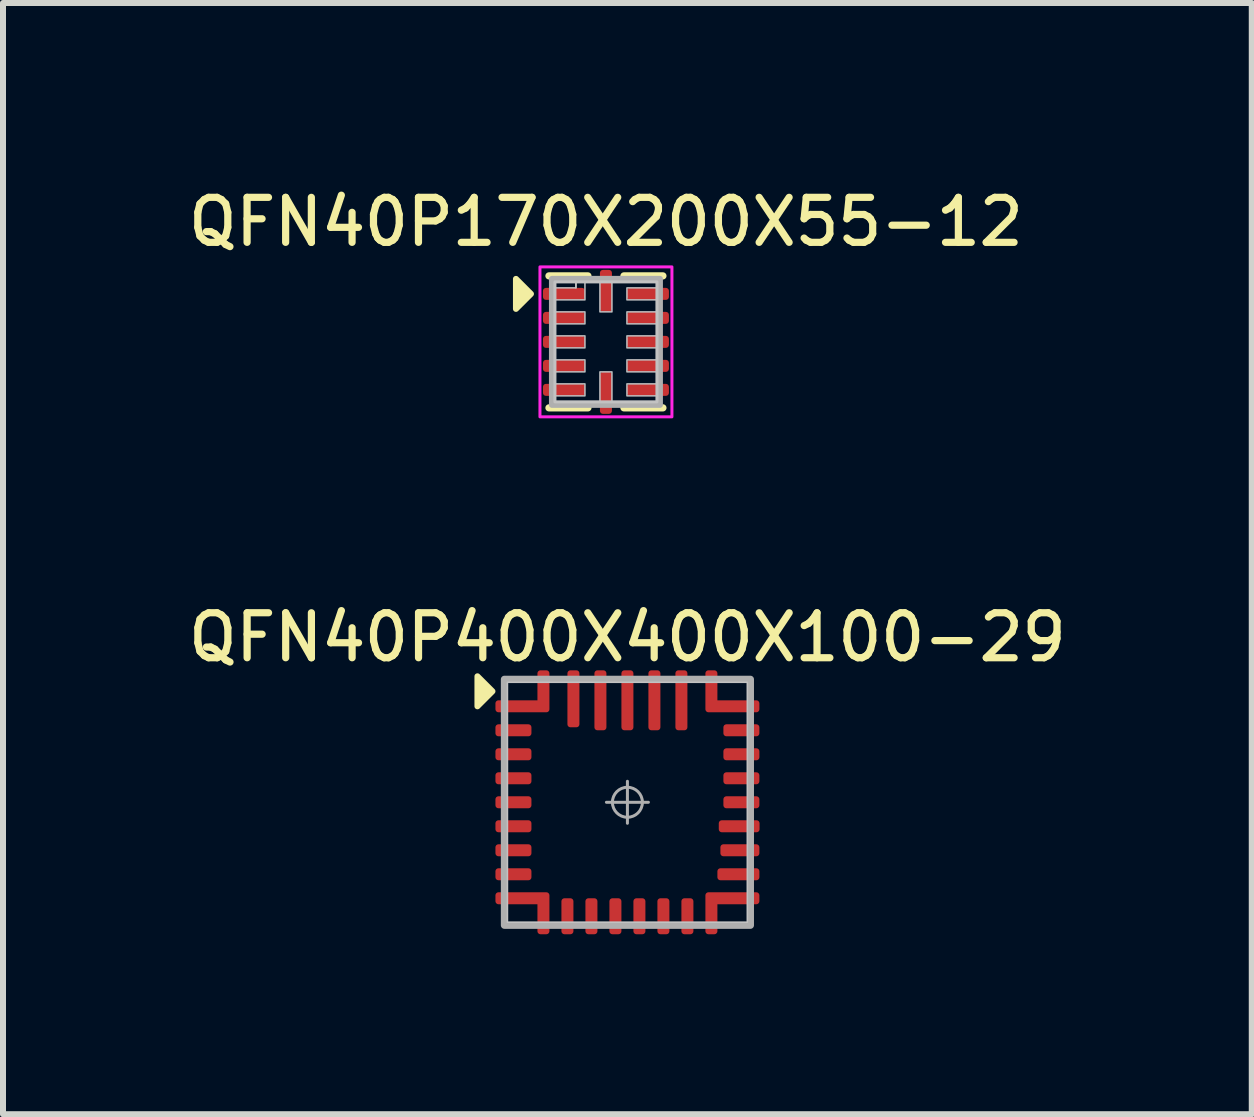
<source format=kicad_pcb>
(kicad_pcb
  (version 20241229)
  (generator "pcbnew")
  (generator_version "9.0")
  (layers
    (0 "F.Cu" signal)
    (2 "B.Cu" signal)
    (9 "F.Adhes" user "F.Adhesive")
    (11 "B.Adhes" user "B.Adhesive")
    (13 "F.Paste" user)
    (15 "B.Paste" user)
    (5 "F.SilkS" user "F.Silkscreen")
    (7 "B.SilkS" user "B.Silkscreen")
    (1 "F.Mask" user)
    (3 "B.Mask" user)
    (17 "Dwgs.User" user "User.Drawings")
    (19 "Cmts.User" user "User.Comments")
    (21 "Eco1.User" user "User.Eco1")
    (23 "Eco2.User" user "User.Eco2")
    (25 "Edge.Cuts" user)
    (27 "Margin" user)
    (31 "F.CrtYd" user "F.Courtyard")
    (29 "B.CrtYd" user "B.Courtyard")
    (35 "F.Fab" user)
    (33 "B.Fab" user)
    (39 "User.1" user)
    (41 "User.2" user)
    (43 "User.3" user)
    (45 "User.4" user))
  (footprint "QFN40P400X400X100-29"
    (layer "F.Cu")
    (at 7.409 10.324)
    (property "Reference" "QFN40P400X400X100-29" (at 0 -2.75 0) (unlocked yes) (layer "F.SilkS") (effects (font (size 0.75 0.75) (thickness 0.12))))
    (attr smd)
    (fp_poly (pts (xy -2.25 -1.85) (xy -2.5 -1.6) (xy -2.5 -2.1)) (stroke (width 0.1) (type solid)) (fill yes) (layer "F.SilkS"))
    (fp_rect (start -2 -2) (end 2 2) (stroke (width 0.025) (type default)) (fill no) (layer "Dwgs.User"))
    (fp_line (start -0.35 0) (end 0.35 0) (stroke (width 0.05) (type solid)) (layer "F.Fab"))
    (fp_line (start 0 -0.35) (end 0 0.35) (stroke (width 0.05) (type solid)) (layer "F.Fab"))
    (fp_rect (start -2.05 -2.05) (end 2.05 2.05) (stroke (width 0.12) (type default)) (fill no) (layer "F.Fab"))
    (fp_circle (center 0 0) (end 0.25 0) (stroke (width 0.05) (type solid)) (fill no) (layer "F.Fab"))
    (pad "1" smd custom (at -1.75 -1.6) (size 0.2 0.2) (layers "F.Cu" "F.Mask" "F.Paste") (options (anchor circle)) (primitives (gr_poly (pts (xy -0.45 0.05) (xy -0.446 0.069) (xy -0.435 0.085) (xy -0.419 0.096) (xy -0.4 0.1) (xy 0.4 0.1) (xy 0.419 0.096) (xy 0.435 0.085) (xy 0.446 0.069) (xy 0.45 0.05) (xy 0.45 -0.05) (xy 0.446 -0.069) (xy 0.435 -0.085) (xy 0.419 -0.096) (xy 0.4 -0.1) (xy -0.4 -0.1) (xy -0.419 -0.096) (xy -0.435 -0.085) (xy -0.446 -0.069) (xy -0.45 -0.05)) (width 0) (fill yes)) (gr_poly (pts (xy 0.3 -0.6) (xy 0.281 -0.596) (xy 0.265 -0.585) (xy 0.254 -0.569) (xy 0.25 -0.55) (xy 0.25 -0.05) (xy 0.254 -0.031) (xy 0.265 -0.015) (xy 0.281 -0.004) (xy 0.3 0) (xy 0.4 0) (xy 0.419 -0.004) (xy 0.435 -0.015) (xy 0.446 -0.031) (xy 0.45 -0.05) (xy 0.45 -0.55) (xy 0.446 -0.569) (xy 0.435 -0.585) (xy 0.419 -0.596) (xy 0.4 -0.6)) (width 0) (fill yes))))
    (pad "2" smd roundrect (at -1.9 -1.2) (size 0.6 0.2) (layers "F.Cu" "F.Mask" "F.Paste") (roundrect_rratio 0.25))
    (pad "3" smd roundrect (at -1.9 -0.8) (size 0.6 0.2) (layers "F.Cu" "F.Mask" "F.Paste") (roundrect_rratio 0.25))
    (pad "4" smd roundrect (at -1.9 -0.4) (size 0.6 0.2) (layers "F.Cu" "F.Mask" "F.Paste") (roundrect_rratio 0.25))
    (pad "5" smd roundrect (at -1.9 0) (size 0.6 0.2) (layers "F.Cu" "F.Mask" "F.Paste") (roundrect_rratio 0.25))
    (pad "6" smd roundrect (at -1.9 0.4) (size 0.6 0.2) (layers "F.Cu" "F.Mask" "F.Paste") (roundrect_rratio 0.25))
    (pad "7" smd roundrect (at -1.9 0.8) (size 0.6 0.2) (layers "F.Cu" "F.Mask" "F.Paste") (roundrect_rratio 0.25))
    (pad "8" smd roundrect (at -1.9 1.2) (size 0.6 0.2) (layers "F.Cu" "F.Mask" "F.Paste") (roundrect_rratio 0.25))
    (pad "9" smd custom (at -1.75 1.6) (size 0.2 0.2) (layers "F.Cu" "F.Mask" "F.Paste") (options (anchor circle)) (primitives (gr_poly (pts (xy -0.45 -0.05) (xy -0.446 -0.069) (xy -0.435 -0.085) (xy -0.419 -0.096) (xy -0.4 -0.1) (xy 0.4 -0.1) (xy 0.419 -0.096) (xy 0.435 -0.085) (xy 0.446 -0.069) (xy 0.45 -0.05) (xy 0.45 0.05) (xy 0.446 0.069) (xy 0.435 0.085) (xy 0.419 0.096) (xy 0.4 0.1) (xy -0.4 0.1) (xy -0.419 0.096) (xy -0.435 0.085) (xy -0.446 0.069) (xy -0.45 0.05)) (width 0) (fill yes)) (gr_poly (pts (xy 0.3 0.6) (xy 0.281 0.596) (xy 0.265 0.585) (xy 0.254 0.569) (xy 0.25 0.55) (xy 0.25 0.05) (xy 0.254 0.031) (xy 0.265 0.015) (xy 0.281 0.004) (xy 0.3 0) (xy 0.4 0) (xy 0.419 0.004) (xy 0.435 0.015) (xy 0.446 0.031) (xy 0.45 0.05) (xy 0.45 0.55) (xy 0.446 0.569) (xy 0.435 0.585) (xy 0.419 0.596) (xy 0.4 0.6)) (width 0) (fill yes))))
    (pad "10" smd roundrect (at -1 1.9 90) (size 0.6 0.2) (layers "F.Cu" "F.Mask" "F.Paste") (roundrect_rratio 0.25))
    (pad "11" smd roundrect (at -0.6 1.9 90) (size 0.6 0.2) (layers "F.Cu" "F.Mask" "F.Paste") (roundrect_rratio 0.25))
    (pad "12" smd roundrect (at -0.2 1.9 90) (size 0.6 0.2) (layers "F.Cu" "F.Mask" "F.Paste") (roundrect_rratio 0.25))
    (pad "13" smd roundrect (at 0.2 1.9 90) (size 0.6 0.2) (layers "F.Cu" "F.Mask" "F.Paste") (roundrect_rratio 0.25))
    (pad "14" smd roundrect (at 0.6 1.9 90) (size 0.6 0.2) (layers "F.Cu" "F.Mask" "F.Paste") (roundrect_rratio 0.25))
    (pad "15" smd roundrect (at 1 1.9 90) (size 0.6 0.2) (layers "F.Cu" "F.Mask" "F.Paste") (roundrect_rratio 0.25))
    (pad "16" smd custom (at 1.75 1.6) (size 0.2 0.2) (layers "F.Cu" "F.Mask" "F.Paste") (options (anchor circle)) (primitives (gr_poly (pts (xy 0.45 -0.05) (xy 0.446 -0.069) (xy 0.435 -0.085) (xy 0.419 -0.096) (xy 0.4 -0.1) (xy -0.4 -0.1) (xy -0.419 -0.096) (xy -0.435 -0.085) (xy -0.446 -0.069) (xy -0.45 -0.05) (xy -0.45 0.05) (xy -0.446 0.069) (xy -0.435 0.085) (xy -0.419 0.096) (xy -0.4 0.1) (xy 0.4 0.1) (xy 0.419 0.096) (xy 0.435 0.085) (xy 0.446 0.069) (xy 0.45 0.05)) (width 0) (fill yes)) (gr_poly (pts (xy -0.3 0.6) (xy -0.281 0.596) (xy -0.265 0.585) (xy -0.254 0.569) (xy -0.25 0.55) (xy -0.25 0.05) (xy -0.254 0.031) (xy -0.265 0.015) (xy -0.281 0.004) (xy -0.3 0) (xy -0.4 0) (xy -0.419 0.004) (xy -0.435 0.015) (xy -0.446 0.031) (xy -0.45 0.05) (xy -0.45 0.55) (xy -0.446 0.569) (xy -0.435 0.585) (xy -0.419 0.596) (xy -0.4 0.6)) (width 0) (fill yes))))
    (pad "17" smd roundrect (at 1.85 1.2 180) (size 0.7 0.2) (layers "F.Cu" "F.Mask" "F.Paste") (roundrect_rratio 0.25))
    (pad "18" smd roundrect (at 1.875 0.8 180) (size 0.65 0.2) (layers "F.Cu" "F.Mask" "F.Paste") (roundrect_rratio 0.25))
    (pad "19" smd roundrect (at 1.863 0.4 180) (size 0.68 0.2) (layers "F.Cu" "F.Mask" "F.Paste") (roundrect_rratio 0.25))
    (pad "20" smd roundrect (at 1.9 0 180) (size 0.6 0.2) (layers "F.Cu" "F.Mask" "F.Paste") (roundrect_rratio 0.25))
    (pad "21" smd roundrect (at 1.9 -0.4 180) (size 0.6 0.2) (layers "F.Cu" "F.Mask" "F.Paste") (roundrect_rratio 0.25))
    (pad "22" smd roundrect (at 1.9 -0.8 180) (size 0.6 0.2) (layers "F.Cu" "F.Mask" "F.Paste") (roundrect_rratio 0.25))
    (pad "23" smd roundrect (at 1.9 -1.2 180) (size 0.6 0.2) (layers "F.Cu" "F.Mask" "F.Paste") (roundrect_rratio 0.25))
    (pad "24" smd custom (at 1.75 -1.6) (size 0.2 0.2) (layers "F.Cu" "F.Mask" "F.Paste") (options (anchor circle)) (primitives (gr_poly (pts (xy 0.45 0.05) (xy 0.446 0.069) (xy 0.435 0.085) (xy 0.419 0.096) (xy 0.4 0.1) (xy -0.4 0.1) (xy -0.419 0.096) (xy -0.435 0.085) (xy -0.446 0.069) (xy -0.45 0.05) (xy -0.45 -0.05) (xy -0.446 -0.069) (xy -0.435 -0.085) (xy -0.419 -0.096) (xy -0.4 -0.1) (xy 0.4 -0.1) (xy 0.419 -0.096) (xy 0.435 -0.085) (xy 0.446 -0.069) (xy 0.45 -0.05)) (width 0) (fill yes)) (gr_poly (pts (xy -0.3 -0.6) (xy -0.281 -0.596) (xy -0.265 -0.585) (xy -0.254 -0.569) (xy -0.25 -0.55) (xy -0.25 -0.05) (xy -0.254 -0.031) (xy -0.265 -0.015) (xy -0.281 -0.004) (xy -0.3 0) (xy -0.4 0) (xy -0.419 -0.004) (xy -0.435 -0.015) (xy -0.446 -0.031) (xy -0.45 -0.05) (xy -0.45 -0.55) (xy -0.446 -0.569) (xy -0.435 -0.585) (xy -0.419 -0.596) (xy -0.4 -0.6)) (width 0) (fill yes))))
    (pad "25" smd roundrect (at 0.9 -1.7 270) (size 1 0.2) (layers "F.Cu" "F.Mask" "F.Paste") (roundrect_rratio 0.25))
    (pad "26" smd roundrect (at 0.45 -1.7 270) (size 1 0.2) (layers "F.Cu" "F.Mask" "F.Paste") (roundrect_rratio 0.25))
    (pad "27" smd roundrect (at 0 -1.7 270) (size 1 0.2) (layers "F.Cu" "F.Mask" "F.Paste") (roundrect_rratio 0.25))
    (pad "28" smd roundrect (at -0.45 -1.7 270) (size 1 0.2) (layers "F.Cu" "F.Mask" "F.Paste") (roundrect_rratio 0.25))
    (pad "29" smd roundrect (at -0.9 -1.725 270) (size 0.95 0.2) (layers "F.Cu" "F.Mask" "F.Paste") (roundrect_rratio 0.25)))
  (footprint "QFN40P170X200X55-12"
    (layer "F.Cu")
    (at 7.051 2.649)
    (property "Reference" "QFN40P170X200X55-12" (at 0 -2 0) (unlocked yes) (layer "F.SilkS") (effects (font (size 0.75 0.75) (thickness 0.12))))
    (attr smd)
    (fp_line (start -0.3 -1.1) (end -0.95 -1.1) (stroke (width 0.12) (type default)) (layer "F.SilkS"))
    (fp_line (start -0.3 1.1) (end -0.95 1.1) (stroke (width 0.12) (type default)) (layer "F.SilkS"))
    (fp_line (start 0.95 -1.1) (end 0.3 -1.1) (stroke (width 0.12) (type default)) (layer "F.SilkS"))
    (fp_line (start 0.95 1.1) (end 0.3 1.1) (stroke (width 0.12) (type default)) (layer "F.SilkS"))
    (fp_poly (pts (xy -1.25 -0.8) (xy -1.5 -0.55) (xy -1.5 -1.05)) (stroke (width 0.1) (type solid)) (fill yes) (layer "F.SilkS"))
    (fp_line (start -0.5 -0.9) (end -0.5 -1) (stroke (width 0.025) (type default)) (layer "Dwgs.User"))
    (fp_rect (start -0.85 -1) (end 0.85 1) (stroke (width 0.05) (type default)) (fill no) (layer "Dwgs.User"))
    (fp_rect (start -0.85 -0.5) (end -0.35 -0.3) (stroke (width 0.025) (type default)) (fill no) (layer "Dwgs.User"))
    (fp_rect (start -0.85 -0.1) (end -0.35 0.1) (stroke (width 0.025) (type default)) (fill no) (layer "Dwgs.User"))
    (fp_rect (start -0.85 0.3) (end -0.35 0.5) (stroke (width 0.025) (type default)) (fill no) (layer "Dwgs.User"))
    (fp_rect (start -0.85 0.7) (end -0.35 0.9) (stroke (width 0.025) (type default)) (fill no) (layer "Dwgs.User"))
    (fp_rect (start -0.1 -1) (end 0.1 -0.5) (stroke (width 0.025) (type default)) (fill no) (layer "Dwgs.User"))
    (fp_rect (start -0.1 0.5) (end 0.1 1) (stroke (width 0.025) (type default)) (fill no) (layer "Dwgs.User"))
    (fp_rect (start 0.35 -0.9) (end 0.85 -0.7) (stroke (width 0.025) (type default)) (fill no) (layer "Dwgs.User"))
    (fp_rect (start 0.35 -0.5) (end 0.85 -0.3) (stroke (width 0.025) (type default)) (fill no) (layer "Dwgs.User"))
    (fp_rect (start 0.35 -0.1) (end 0.85 0.1) (stroke (width 0.025) (type default)) (fill no) (layer "Dwgs.User"))
    (fp_rect (start 0.35 0.3) (end 0.85 0.5) (stroke (width 0.025) (type default)) (fill no) (layer "Dwgs.User"))
    (fp_rect (start 0.35 0.7) (end 0.85 0.9) (stroke (width 0.025) (type default)) (fill no) (layer "Dwgs.User"))
    (fp_poly (pts (xy -0.85 -0.7) (xy -0.35 -0.7) (xy -0.35 -1) (xy -0.5 -1) (xy -0.5 -0.9) (xy -0.85 -0.9)) (stroke (width 0.025) (type solid)) (fill no) (layer "Dwgs.User"))
    (fp_rect (start -1.1 -1.25) (end 1.1 1.25) (stroke (width 0.05) (type default)) (fill no) (layer "F.CrtYd"))
    (fp_rect (start -0.9 -1.05) (end 0.9 1.05) (stroke (width 0.1) (type default)) (fill no) (layer "F.Fab"))
    (pad "1" smd roundrect (at -0.7 -0.8) (size 0.7 0.2) (layers "F.Cu" "F.Mask" "F.Paste") (roundrect_rratio 0.25))
    (pad "2" smd roundrect (at -0.7 -0.4) (size 0.7 0.2) (layers "F.Cu" "F.Mask" "F.Paste") (roundrect_rratio 0.25))
    (pad "3" smd roundrect (at -0.7 0) (size 0.7 0.2) (layers "F.Cu" "F.Mask" "F.Paste") (roundrect_rratio 0.25))
    (pad "4" smd roundrect (at -0.7 0.4) (size 0.7 0.2) (layers "F.Cu" "F.Mask" "F.Paste") (roundrect_rratio 0.25))
    (pad "5" smd roundrect (at -0.7 0.8) (size 0.7 0.2) (layers "F.Cu" "F.Mask" "F.Paste") (roundrect_rratio 0.25))
    (pad "6" smd roundrect (at 0 0.85 90) (size 0.7 0.2) (layers "F.Cu" "F.Mask" "F.Paste") (roundrect_rratio 0.25))
    (pad "7" smd roundrect (at 0.7 0.8 180) (size 0.7 0.2) (layers "F.Cu" "F.Mask" "F.Paste") (roundrect_rratio 0.25))
    (pad "8" smd roundrect (at 0.7 0.4 180) (size 0.7 0.2) (layers "F.Cu" "F.Mask" "F.Paste") (roundrect_rratio 0.25))
    (pad "9" smd roundrect (at 0.7 0 180) (size 0.7 0.2) (layers "F.Cu" "F.Mask" "F.Paste") (roundrect_rratio 0.25))
    (pad "10" smd roundrect (at 0.7 -0.4 180) (size 0.7 0.2) (layers "F.Cu" "F.Mask" "F.Paste") (roundrect_rratio 0.25))
    (pad "11" smd roundrect (at 0.7 -0.8 180) (size 0.7 0.2) (layers "F.Cu" "F.Mask" "F.Paste") (roundrect_rratio 0.25))
    (pad "12" smd roundrect (at 0 -0.85 270) (size 0.7 0.2) (layers "F.Cu" "F.Mask" "F.Paste") (roundrect_rratio 0.25)))
  (gr_rect
    (start -3 -3)
    (end 17.817 15.524)
    (stroke (width 0.1) (type default))
    (fill no)
    (layer "Edge.Cuts")))
</source>
